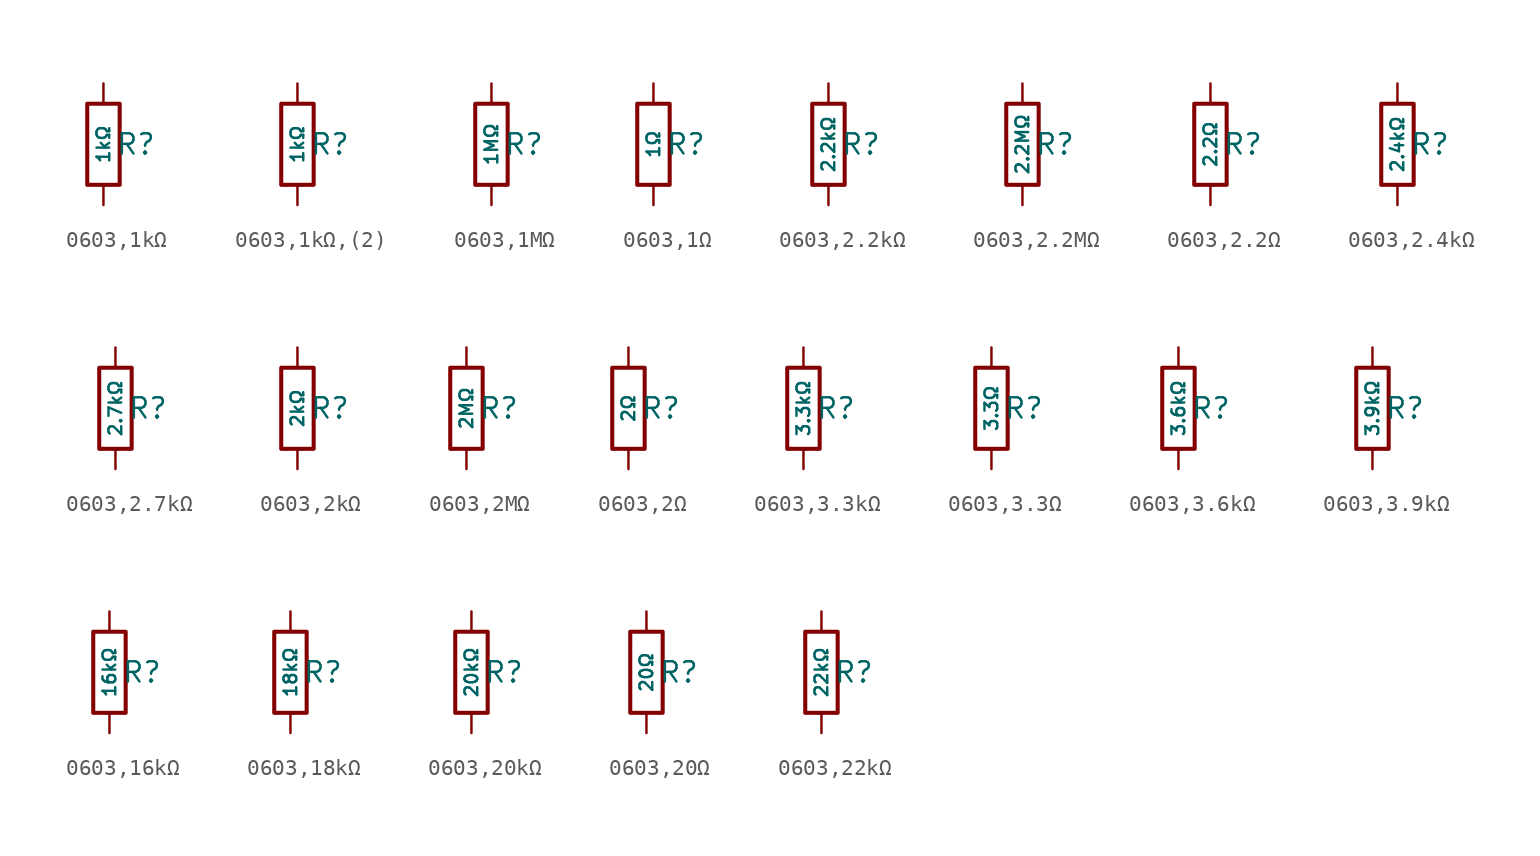
<source format=kicad_sym>
(kicad_symbol_lib
  (version 20231120)
  (generator "CDFER")
  (generator_version "8.0")
  (symbol "0603,1kΩ"
    (pin_numbers hide)
    (pin_names
      (offset 0))
    (property "Reference" "R"
      (at 2.032 0 0)
      (effects (font (size 1.27 1.27)) (hide no)))
    (property "Value" "1kΩ"
      (at 0 0 90)
      (do_not_autoplace)
      (effects (font (size 0.8 0.8)) (hide no)))
    (symbol "0603,1kΩ_0_1"
      (rectangle (start -1.016 2.54) (end 1.016 -2.54) (stroke (width 0.254) (type default)) (fill (type none))))
    (symbol "0603,1kΩ_1_1"
      (pin passive line (at 0 3.81 270) (length 1.27) (name "~" (effects (font (size 1.27 1.27)))) (number "1" (effects (font (size 1.27 1.27)))))
      (pin passive line (at 0 -3.81 90) (length 1.27) (name "~" (effects (font (size 1.27 1.27)))) (number "2" (effects (font (size 1.27 1.27)))))))
  (symbol "0603,1kΩ,(2)"
    (pin_numbers hide)
    (pin_names
      (offset 0))
    (property "Reference" "R"
      (at 2.032 0 0)
      (effects (font (size 1.27 1.27)) (hide no)))
    (property "Value" "1kΩ"
      (at 0 0 90)
      (do_not_autoplace)
      (effects (font (size 0.8 0.8)) (hide no)))
    (symbol "0603,1kΩ,(2)_0_1"
      (rectangle (start -1.016 2.54) (end 1.016 -2.54) (stroke (width 0.254) (type default)) (fill (type none))))
    (symbol "0603,1kΩ,(2)_1_1"
      (pin passive line (at 0 3.81 270) (length 1.27) (name "~" (effects (font (size 1.27 1.27)))) (number "1" (effects (font (size 1.27 1.27)))))
      (pin passive line (at 0 -3.81 90) (length 1.27) (name "~" (effects (font (size 1.27 1.27)))) (number "2" (effects (font (size 1.27 1.27)))))))
  (symbol "0603,1MΩ"
    (pin_numbers hide)
    (pin_names
      (offset 0))
    (property "Reference" "R"
      (at 2.032 0 0)
      (effects (font (size 1.27 1.27)) (hide no)))
    (property "Value" "1MΩ"
      (at 0 0 90)
      (do_not_autoplace)
      (effects (font (size 0.8 0.8)) (hide no)))
    (symbol "0603,1MΩ_0_1"
      (rectangle (start -1.016 2.54) (end 1.016 -2.54) (stroke (width 0.254) (type default)) (fill (type none))))
    (symbol "0603,1MΩ_1_1"
      (pin passive line (at 0 3.81 270) (length 1.27) (name "~" (effects (font (size 1.27 1.27)))) (number "1" (effects (font (size 1.27 1.27)))))
      (pin passive line (at 0 -3.81 90) (length 1.27) (name "~" (effects (font (size 1.27 1.27)))) (number "2" (effects (font (size 1.27 1.27)))))))
  (symbol "0603,1Ω"
    (pin_numbers hide)
    (pin_names
      (offset 0))
    (property "Reference" "R"
      (at 2.032 0 0)
      (effects (font (size 1.27 1.27)) (hide no)))
    (property "Value" "1Ω"
      (at 0 0 90)
      (do_not_autoplace)
      (effects (font (size 0.8 0.8)) (hide no)))
    (symbol "0603,1Ω_0_1"
      (rectangle (start -1.016 2.54) (end 1.016 -2.54) (stroke (width 0.254) (type default)) (fill (type none))))
    (symbol "0603,1Ω_1_1"
      (pin passive line (at 0 3.81 270) (length 1.27) (name "~" (effects (font (size 1.27 1.27)))) (number "1" (effects (font (size 1.27 1.27)))))
      (pin passive line (at 0 -3.81 90) (length 1.27) (name "~" (effects (font (size 1.27 1.27)))) (number "2" (effects (font (size 1.27 1.27)))))))
  (symbol "0603,2.2kΩ"
    (pin_numbers hide)
    (pin_names
      (offset 0))
    (property "Reference" "R"
      (at 2.032 0 0)
      (effects (font (size 1.27 1.27)) (hide no)))
    (property "Value" "2.2kΩ"
      (at 0 0 90)
      (do_not_autoplace)
      (effects (font (size 0.8 0.8)) (hide no)))
    (symbol "0603,2.2kΩ_0_1"
      (rectangle (start -1.016 2.54) (end 1.016 -2.54) (stroke (width 0.254) (type default)) (fill (type none))))
    (symbol "0603,2.2kΩ_1_1"
      (pin passive line (at 0 3.81 270) (length 1.27) (name "~" (effects (font (size 1.27 1.27)))) (number "1" (effects (font (size 1.27 1.27)))))
      (pin passive line (at 0 -3.81 90) (length 1.27) (name "~" (effects (font (size 1.27 1.27)))) (number "2" (effects (font (size 1.27 1.27)))))))
  (symbol "0603,2.2MΩ"
    (pin_numbers hide)
    (pin_names
      (offset 0))
    (property "Reference" "R"
      (at 2.032 0 0)
      (effects (font (size 1.27 1.27)) (hide no)))
    (property "Value" "2.2MΩ"
      (at 0 0 90)
      (do_not_autoplace)
      (effects (font (size 0.8 0.8)) (hide no)))
    (symbol "0603,2.2MΩ_0_1"
      (rectangle (start -1.016 2.54) (end 1.016 -2.54) (stroke (width 0.254) (type default)) (fill (type none))))
    (symbol "0603,2.2MΩ_1_1"
      (pin passive line (at 0 3.81 270) (length 1.27) (name "~" (effects (font (size 1.27 1.27)))) (number "1" (effects (font (size 1.27 1.27)))))
      (pin passive line (at 0 -3.81 90) (length 1.27) (name "~" (effects (font (size 1.27 1.27)))) (number "2" (effects (font (size 1.27 1.27)))))))
  (symbol "0603,2.2Ω"
    (pin_numbers hide)
    (pin_names
      (offset 0))
    (property "Reference" "R"
      (at 2.032 0 0)
      (effects (font (size 1.27 1.27)) (hide no)))
    (property "Value" "2.2Ω"
      (at 0 0 90)
      (do_not_autoplace)
      (effects (font (size 0.8 0.8)) (hide no)))
    (symbol "0603,2.2Ω_0_1"
      (rectangle (start -1.016 2.54) (end 1.016 -2.54) (stroke (width 0.254) (type default)) (fill (type none))))
    (symbol "0603,2.2Ω_1_1"
      (pin passive line (at 0 3.81 270) (length 1.27) (name "~" (effects (font (size 1.27 1.27)))) (number "1" (effects (font (size 1.27 1.27)))))
      (pin passive line (at 0 -3.81 90) (length 1.27) (name "~" (effects (font (size 1.27 1.27)))) (number "2" (effects (font (size 1.27 1.27)))))))
  (symbol "0603,2.4kΩ"
    (pin_numbers hide)
    (pin_names
      (offset 0))
    (property "Reference" "R"
      (at 2.032 0 0)
      (effects (font (size 1.27 1.27)) (hide no)))
    (property "Value" "2.4kΩ"
      (at 0 0 90)
      (do_not_autoplace)
      (effects (font (size 0.8 0.8)) (hide no)))
    (symbol "0603,2.4kΩ_0_1"
      (rectangle (start -1.016 2.54) (end 1.016 -2.54) (stroke (width 0.254) (type default)) (fill (type none))))
    (symbol "0603,2.4kΩ_1_1"
      (pin passive line (at 0 3.81 270) (length 1.27) (name "~" (effects (font (size 1.27 1.27)))) (number "1" (effects (font (size 1.27 1.27)))))
      (pin passive line (at 0 -3.81 90) (length 1.27) (name "~" (effects (font (size 1.27 1.27)))) (number "2" (effects (font (size 1.27 1.27)))))))
  (symbol "0603,2.7kΩ"
    (pin_numbers hide)
    (pin_names
      (offset 0))
    (property "Reference" "R"
      (at 2.032 0 0)
      (effects (font (size 1.27 1.27)) (hide no)))
    (property "Value" "2.7kΩ"
      (at 0 0 90)
      (do_not_autoplace)
      (effects (font (size 0.8 0.8)) (hide no)))
    (symbol "0603,2.7kΩ_0_1"
      (rectangle (start -1.016 2.54) (end 1.016 -2.54) (stroke (width 0.254) (type default)) (fill (type none))))
    (symbol "0603,2.7kΩ_1_1"
      (pin passive line (at 0 3.81 270) (length 1.27) (name "~" (effects (font (size 1.27 1.27)))) (number "1" (effects (font (size 1.27 1.27)))))
      (pin passive line (at 0 -3.81 90) (length 1.27) (name "~" (effects (font (size 1.27 1.27)))) (number "2" (effects (font (size 1.27 1.27)))))))
  (symbol "0603,2kΩ"
    (pin_numbers hide)
    (pin_names
      (offset 0))
    (property "Reference" "R"
      (at 2.032 0 0)
      (effects (font (size 1.27 1.27)) (hide no)))
    (property "Value" "2kΩ"
      (at 0 0 90)
      (do_not_autoplace)
      (effects (font (size 0.8 0.8)) (hide no)))
    (symbol "0603,2kΩ_0_1"
      (rectangle (start -1.016 2.54) (end 1.016 -2.54) (stroke (width 0.254) (type default)) (fill (type none))))
    (symbol "0603,2kΩ_1_1"
      (pin passive line (at 0 3.81 270) (length 1.27) (name "~" (effects (font (size 1.27 1.27)))) (number "1" (effects (font (size 1.27 1.27)))))
      (pin passive line (at 0 -3.81 90) (length 1.27) (name "~" (effects (font (size 1.27 1.27)))) (number "2" (effects (font (size 1.27 1.27)))))))
  (symbol "0603,2MΩ"
    (pin_numbers hide)
    (pin_names
      (offset 0))
    (property "Reference" "R"
      (at 2.032 0 0)
      (effects (font (size 1.27 1.27)) (hide no)))
    (property "Value" "2MΩ"
      (at 0 0 90)
      (do_not_autoplace)
      (effects (font (size 0.8 0.8)) (hide no)))
    (symbol "0603,2MΩ_0_1"
      (rectangle (start -1.016 2.54) (end 1.016 -2.54) (stroke (width 0.254) (type default)) (fill (type none))))
    (symbol "0603,2MΩ_1_1"
      (pin passive line (at 0 3.81 270) (length 1.27) (name "~" (effects (font (size 1.27 1.27)))) (number "1" (effects (font (size 1.27 1.27)))))
      (pin passive line (at 0 -3.81 90) (length 1.27) (name "~" (effects (font (size 1.27 1.27)))) (number "2" (effects (font (size 1.27 1.27)))))))
  (symbol "0603,2Ω"
    (pin_numbers hide)
    (pin_names
      (offset 0))
    (property "Reference" "R"
      (at 2.032 0 0)
      (effects (font (size 1.27 1.27)) (hide no)))
    (property "Value" "2Ω"
      (at 0 0 90)
      (do_not_autoplace)
      (effects (font (size 0.8 0.8)) (hide no)))
    (symbol "0603,2Ω_0_1"
      (rectangle (start -1.016 2.54) (end 1.016 -2.54) (stroke (width 0.254) (type default)) (fill (type none))))
    (symbol "0603,2Ω_1_1"
      (pin passive line (at 0 3.81 270) (length 1.27) (name "~" (effects (font (size 1.27 1.27)))) (number "1" (effects (font (size 1.27 1.27)))))
      (pin passive line (at 0 -3.81 90) (length 1.27) (name "~" (effects (font (size 1.27 1.27)))) (number "2" (effects (font (size 1.27 1.27)))))))
  (symbol "0603,3.3kΩ"
    (pin_numbers hide)
    (pin_names
      (offset 0))
    (property "Reference" "R"
      (at 2.032 0 0)
      (effects (font (size 1.27 1.27)) (hide no)))
    (property "Value" "3.3kΩ"
      (at 0 0 90)
      (do_not_autoplace)
      (effects (font (size 0.8 0.8)) (hide no)))
    (symbol "0603,3.3kΩ_0_1"
      (rectangle (start -1.016 2.54) (end 1.016 -2.54) (stroke (width 0.254) (type default)) (fill (type none))))
    (symbol "0603,3.3kΩ_1_1"
      (pin passive line (at 0 3.81 270) (length 1.27) (name "~" (effects (font (size 1.27 1.27)))) (number "1" (effects (font (size 1.27 1.27)))))
      (pin passive line (at 0 -3.81 90) (length 1.27) (name "~" (effects (font (size 1.27 1.27)))) (number "2" (effects (font (size 1.27 1.27)))))))
  (symbol "0603,3.3Ω"
    (pin_numbers hide)
    (pin_names
      (offset 0))
    (property "Reference" "R"
      (at 2.032 0 0)
      (effects (font (size 1.27 1.27)) (hide no)))
    (property "Value" "3.3Ω"
      (at 0 0 90)
      (do_not_autoplace)
      (effects (font (size 0.8 0.8)) (hide no)))
    (symbol "0603,3.3Ω_0_1"
      (rectangle (start -1.016 2.54) (end 1.016 -2.54) (stroke (width 0.254) (type default)) (fill (type none))))
    (symbol "0603,3.3Ω_1_1"
      (pin passive line (at 0 3.81 270) (length 1.27) (name "~" (effects (font (size 1.27 1.27)))) (number "1" (effects (font (size 1.27 1.27)))))
      (pin passive line (at 0 -3.81 90) (length 1.27) (name "~" (effects (font (size 1.27 1.27)))) (number "2" (effects (font (size 1.27 1.27)))))))
  (symbol "0603,3.6kΩ"
    (pin_numbers hide)
    (pin_names
      (offset 0))
    (property "Reference" "R"
      (at 2.032 0 0)
      (effects (font (size 1.27 1.27)) (hide no)))
    (property "Value" "3.6kΩ"
      (at 0 0 90)
      (do_not_autoplace)
      (effects (font (size 0.8 0.8)) (hide no)))
    (symbol "0603,3.6kΩ_0_1"
      (rectangle (start -1.016 2.54) (end 1.016 -2.54) (stroke (width 0.254) (type default)) (fill (type none))))
    (symbol "0603,3.6kΩ_1_1"
      (pin passive line (at 0 3.81 270) (length 1.27) (name "~" (effects (font (size 1.27 1.27)))) (number "1" (effects (font (size 1.27 1.27)))))
      (pin passive line (at 0 -3.81 90) (length 1.27) (name "~" (effects (font (size 1.27 1.27)))) (number "2" (effects (font (size 1.27 1.27)))))))
  (symbol "0603,3.9kΩ"
    (pin_numbers hide)
    (pin_names
      (offset 0))
    (property "Reference" "R"
      (at 2.032 0 0)
      (effects (font (size 1.27 1.27)) (hide no)))
    (property "Value" "3.9kΩ"
      (at 0 0 90)
      (do_not_autoplace)
      (effects (font (size 0.8 0.8)) (hide no)))
    (symbol "0603,3.9kΩ_0_1"
      (rectangle (start -1.016 2.54) (end 1.016 -2.54) (stroke (width 0.254) (type default)) (fill (type none))))
    (symbol "0603,3.9kΩ_1_1"
      (pin passive line (at 0 3.81 270) (length 1.27) (name "~" (effects (font (size 1.27 1.27)))) (number "1" (effects (font (size 1.27 1.27)))))
      (pin passive line (at 0 -3.81 90) (length 1.27) (name "~" (effects (font (size 1.27 1.27)))) (number "2" (effects (font (size 1.27 1.27)))))))
  (symbol "0603,16kΩ"
    (pin_numbers hide)
    (pin_names
      (offset 0))
    (property "Reference" "R"
      (at 2.032 0 0)
      (effects (font (size 1.27 1.27)) (hide no)))
    (property "Value" "16kΩ"
      (at 0 0 90)
      (do_not_autoplace)
      (effects (font (size 0.8 0.8)) (hide no)))
    (symbol "0603,16kΩ_0_1"
      (rectangle (start -1.016 2.54) (end 1.016 -2.54) (stroke (width 0.254) (type default)) (fill (type none))))
    (symbol "0603,16kΩ_1_1"
      (pin passive line (at 0 3.81 270) (length 1.27) (name "~" (effects (font (size 1.27 1.27)))) (number "1" (effects (font (size 1.27 1.27)))))
      (pin passive line (at 0 -3.81 90) (length 1.27) (name "~" (effects (font (size 1.27 1.27)))) (number "2" (effects (font (size 1.27 1.27)))))))
  (symbol "0603,18kΩ"
    (pin_numbers hide)
    (pin_names
      (offset 0))
    (property "Reference" "R"
      (at 2.032 0 0)
      (effects (font (size 1.27 1.27)) (hide no)))
    (property "Value" "18kΩ"
      (at 0 0 90)
      (do_not_autoplace)
      (effects (font (size 0.8 0.8)) (hide no)))
    (symbol "0603,18kΩ_0_1"
      (rectangle (start -1.016 2.54) (end 1.016 -2.54) (stroke (width 0.254) (type default)) (fill (type none))))
    (symbol "0603,18kΩ_1_1"
      (pin passive line (at 0 3.81 270) (length 1.27) (name "~" (effects (font (size 1.27 1.27)))) (number "1" (effects (font (size 1.27 1.27)))))
      (pin passive line (at 0 -3.81 90) (length 1.27) (name "~" (effects (font (size 1.27 1.27)))) (number "2" (effects (font (size 1.27 1.27)))))))
  (symbol "0603,20kΩ"
    (pin_numbers hide)
    (pin_names
      (offset 0))
    (property "Reference" "R"
      (at 2.032 0 0)
      (effects (font (size 1.27 1.27)) (hide no)))
    (property "Value" "20kΩ"
      (at 0 0 90)
      (do_not_autoplace)
      (effects (font (size 0.8 0.8)) (hide no)))
    (symbol "0603,20kΩ_0_1"
      (rectangle (start -1.016 2.54) (end 1.016 -2.54) (stroke (width 0.254) (type default)) (fill (type none))))
    (symbol "0603,20kΩ_1_1"
      (pin passive line (at 0 3.81 270) (length 1.27) (name "~" (effects (font (size 1.27 1.27)))) (number "1" (effects (font (size 1.27 1.27)))))
      (pin passive line (at 0 -3.81 90) (length 1.27) (name "~" (effects (font (size 1.27 1.27)))) (number "2" (effects (font (size 1.27 1.27)))))))
  (symbol "0603,20Ω"
    (pin_numbers hide)
    (pin_names
      (offset 0))
    (property "Reference" "R"
      (at 2.032 0 0)
      (effects (font (size 1.27 1.27)) (hide no)))
    (property "Value" "20Ω"
      (at 0 0 90)
      (do_not_autoplace)
      (effects (font (size 0.8 0.8)) (hide no)))
    (symbol "0603,20Ω_0_1"
      (rectangle (start -1.016 2.54) (end 1.016 -2.54) (stroke (width 0.254) (type default)) (fill (type none))))
    (symbol "0603,20Ω_1_1"
      (pin passive line (at 0 3.81 270) (length 1.27) (name "~" (effects (font (size 1.27 1.27)))) (number "1" (effects (font (size 1.27 1.27)))))
      (pin passive line (at 0 -3.81 90) (length 1.27) (name "~" (effects (font (size 1.27 1.27)))) (number "2" (effects (font (size 1.27 1.27)))))))
  (symbol "0603,22kΩ"
    (pin_numbers hide)
    (pin_names
      (offset 0))
    (property "Reference" "R"
      (at 2.032 0 0)
      (effects (font (size 1.27 1.27)) (hide no)))
    (property "Value" "22kΩ"
      (at 0 0 90)
      (do_not_autoplace)
      (effects (font (size 0.8 0.8)) (hide no)))
    (symbol "0603,22kΩ_0_1"
      (rectangle (start -1.016 2.54) (end 1.016 -2.54) (stroke (width 0.254) (type default)) (fill (type none))))
    (symbol "0603,22kΩ_1_1"
      (pin passive line (at 0 3.81 270) (length 1.27) (name "~" (effects (font (size 1.27 1.27)))) (number "1" (effects (font (size 1.27 1.27)))))
      (pin passive line (at 0 -3.81 90) (length 1.27) (name "~" (effects (font (size 1.27 1.27)))) (number "2" (effects (font (size 1.27 1.27))))))))
</source>
